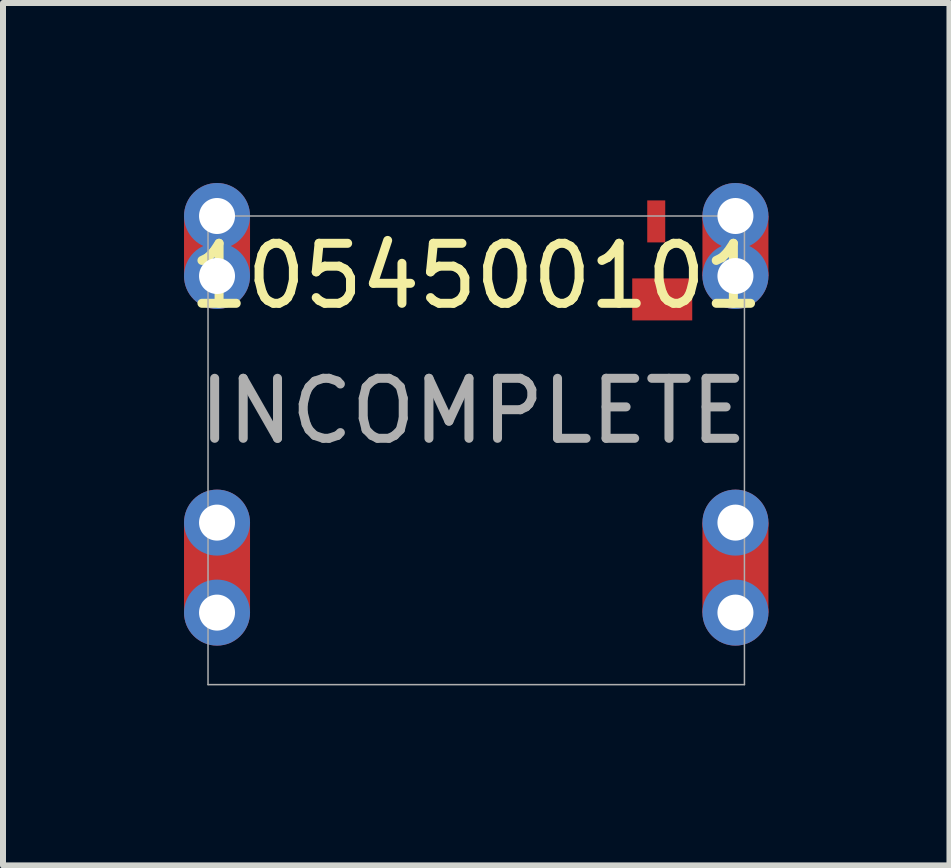
<source format=kicad_pcb>
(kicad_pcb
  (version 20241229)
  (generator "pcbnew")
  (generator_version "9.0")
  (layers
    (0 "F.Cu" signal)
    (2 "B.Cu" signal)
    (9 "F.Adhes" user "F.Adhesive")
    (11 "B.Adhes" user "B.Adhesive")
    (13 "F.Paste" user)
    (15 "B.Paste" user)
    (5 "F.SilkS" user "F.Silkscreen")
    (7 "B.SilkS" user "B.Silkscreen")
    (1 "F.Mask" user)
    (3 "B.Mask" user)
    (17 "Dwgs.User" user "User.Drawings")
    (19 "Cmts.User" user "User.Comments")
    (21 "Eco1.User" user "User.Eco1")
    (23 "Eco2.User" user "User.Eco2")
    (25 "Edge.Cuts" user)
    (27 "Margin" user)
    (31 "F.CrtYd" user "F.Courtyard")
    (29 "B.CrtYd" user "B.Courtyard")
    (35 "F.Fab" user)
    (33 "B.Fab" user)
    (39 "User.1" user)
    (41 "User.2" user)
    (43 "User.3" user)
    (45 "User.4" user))
  (footprint "1054500101"
    (layer "F.Cu")
    (at 4.887 1.05)
    (property "Reference" "1054500101" (at 0 0.5 0) (layer "F.SilkS") (effects (font (size 1 1) (thickness 0.15))))
    (attr through_hole)
    (fp_line (start -4.47 -0.5) (end -4.47 7.31) (stroke (width 0.025) (type solid)) (layer "F.Fab"))
    (fp_line (start -4.47 7.31) (end 4.47 7.31) (stroke (width 0.025) (type solid)) (layer "F.Fab"))
    (fp_line (start 4.47 -0.5) (end -4.47 -0.5) (stroke (width 0.025) (type solid)) (layer "F.Fab"))
    (fp_line (start 4.47 7.31) (end 4.47 -0.5) (stroke (width 0.025) (type solid)) (layer "F.Fab"))
    (fp_text user "INCOMPLETE" (at -0.05 2.75 0) (layer "F.Fab") (effects (font (size 1 1) (thickness 0.15))))
    (pad "A12" smd rect (at 3 -0.41) (size 0.3 0.7) (layers "F.Cu" "F.Mask" "F.Paste"))
    (pad "B1" smd rect (at 3.1 0.89) (size 1 0.7) (layers "F.Cu" "F.Mask" "F.Paste"))
    (pad "SH" thru_hole circle (at -4.32 -0.5) (size 1.1 1.1) (drill 0.6) (layers "*.Cu" "*.Mask"))
    (pad "SH" thru_hole circle (at -4.32 0.5) (size 1.1 1.1) (drill 0.6) (layers "*.Cu" "*.Mask"))
    (pad "SH" thru_hole circle (at -4.32 4.61) (size 1.1 1.1) (drill 0.6) (layers "*.Cu" "*.Mask"))
    (pad "SH" smd rect (at -4.32 5.36) (size 1.1 1.5) (layers "F.Cu" "F.Mask" "F.Paste"))
    (pad "SH" thru_hole circle (at -4.32 6.11) (size 1.1 1.1) (drill 0.6) (layers "*.Cu" "*.Mask"))
    (pad "SH" thru_hole circle (at 4.32 -0.5) (size 1.1 1.1) (drill 0.6) (layers "*.Cu" "*.Mask"))
    (pad "SH" smd rect (at 4.32 0) (size 1.1 1) (layers "F.Cu" "F.Mask" "F.Paste"))
    (pad "SH" thru_hole circle (at 4.32 0.5) (size 1.1 1.1) (drill 0.6) (layers "*.Cu" "*.Mask"))
    (pad "SH" thru_hole circle (at 4.32 4.61) (size 1.1 1.1) (drill 0.6) (layers "*.Cu" "*.Mask"))
    (pad "SH" smd rect (at 4.32 5.36) (size 1.1 1.5) (layers "F.Cu" "F.Mask" "F.Paste"))
    (pad "SH" thru_hole circle (at 4.32 6.11) (size 1.1 1.1) (drill 0.6) (layers "*.Cu" "*.Mask"))
    (pad "SH1" smd rect (at -4.32 0) (size 1.1 1) (layers "F.Cu" "F.Mask" "F.Paste")))
  (gr_rect
    (start -3 -3)
    (end 12.774 11.373)
    (stroke (width 0.1) (type default))
    (fill no)
    (layer "Edge.Cuts")))
</source>
